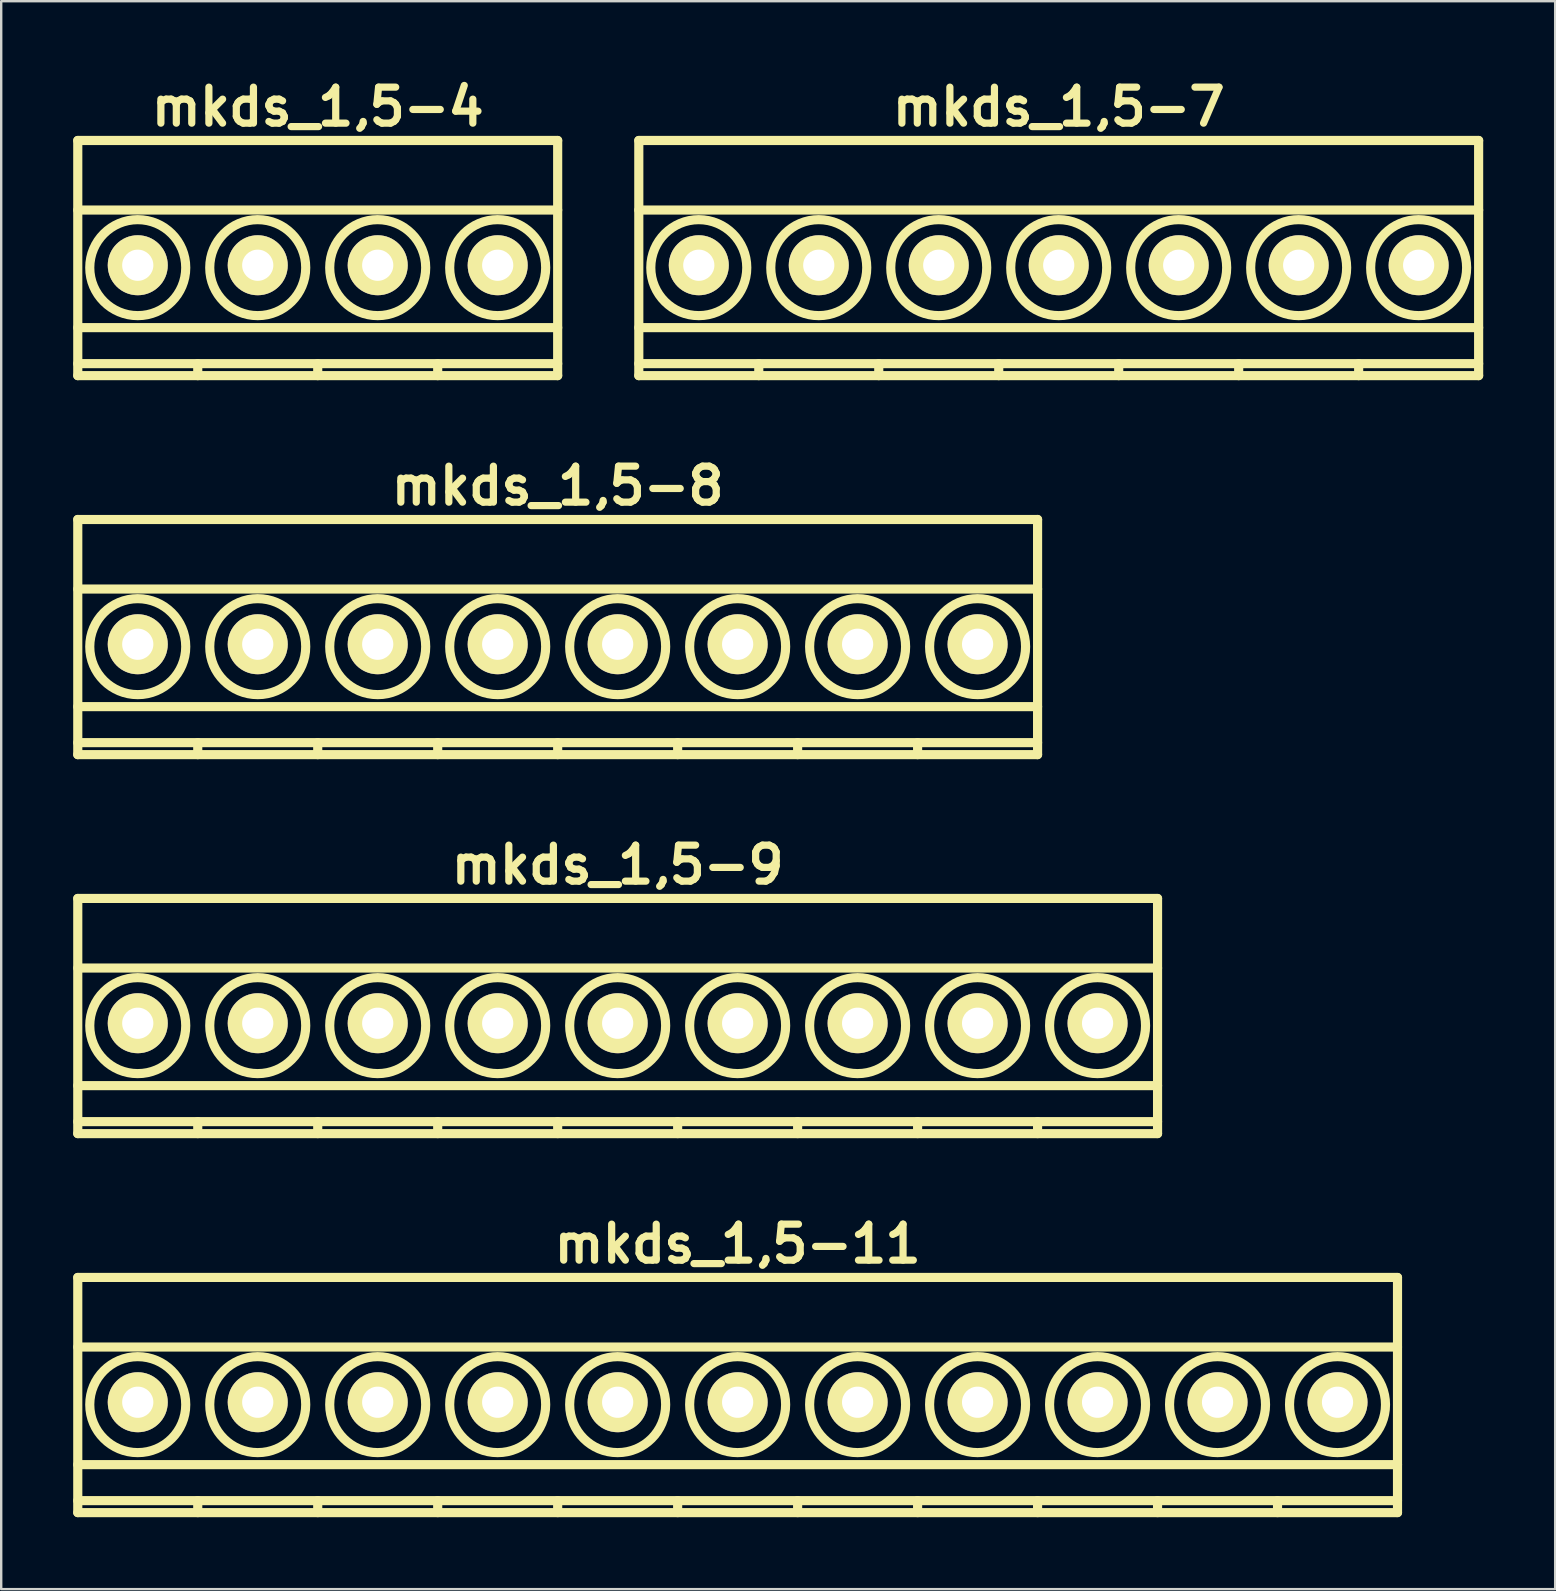
<source format=kicad_pcb>
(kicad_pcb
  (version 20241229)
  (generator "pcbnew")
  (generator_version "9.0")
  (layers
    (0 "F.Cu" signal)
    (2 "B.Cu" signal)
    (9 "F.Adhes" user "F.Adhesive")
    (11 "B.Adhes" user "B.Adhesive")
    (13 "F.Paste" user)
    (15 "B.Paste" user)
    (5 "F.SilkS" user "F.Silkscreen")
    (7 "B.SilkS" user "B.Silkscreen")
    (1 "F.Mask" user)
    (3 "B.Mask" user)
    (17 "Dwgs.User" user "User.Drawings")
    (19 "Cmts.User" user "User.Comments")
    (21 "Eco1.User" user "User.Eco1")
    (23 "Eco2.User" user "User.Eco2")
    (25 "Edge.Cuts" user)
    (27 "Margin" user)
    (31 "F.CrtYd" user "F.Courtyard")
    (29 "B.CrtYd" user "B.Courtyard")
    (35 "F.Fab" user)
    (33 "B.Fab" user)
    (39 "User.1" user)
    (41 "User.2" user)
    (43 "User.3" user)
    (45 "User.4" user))
  (footprint "mkds_1,5-9"
    (layer "F.Cu")
    (at 22.691 39.593)
    (property "Reference" "mkds_1,5-9" (at 0 -6.6 0) (layer "F.SilkS") (effects (font (size 1.5 1.5) (thickness 0.3))))
    (attr through_hole)
    (fp_line (start -22.5 -5.2) (end -22.5 4.6) (stroke (width 0.381) (type solid)) (layer "F.SilkS"))
    (fp_line (start -22.5 -2.3) (end 22.5 -2.3) (stroke (width 0.381) (type solid)) (layer "F.SilkS"))
    (fp_line (start -22.5 2.6) (end 22.5 2.6) (stroke (width 0.381) (type solid)) (layer "F.SilkS"))
    (fp_line (start -22.5 4.1) (end 22.5 4.1) (stroke (width 0.381) (type solid)) (layer "F.SilkS"))
    (fp_line (start -22.5 4.6) (end 22.5 4.6) (stroke (width 0.381) (type solid)) (layer "F.SilkS"))
    (fp_line (start -17.5 4.1) (end -17.5 4.6) (stroke (width 0.381) (type solid)) (layer "F.SilkS"))
    (fp_line (start -12.5 4.1) (end -12.5 4.6) (stroke (width 0.381) (type solid)) (layer "F.SilkS"))
    (fp_line (start -7.5 4.1) (end -7.5 4.6) (stroke (width 0.381) (type solid)) (layer "F.SilkS"))
    (fp_line (start -2.5 4.1) (end -2.5 4.6) (stroke (width 0.381) (type solid)) (layer "F.SilkS"))
    (fp_line (start 2.5 4.1) (end 2.5 4.6) (stroke (width 0.381) (type solid)) (layer "F.SilkS"))
    (fp_line (start 7.5 4.1) (end 7.5 4.6) (stroke (width 0.381) (type solid)) (layer "F.SilkS"))
    (fp_line (start 12.5 4.1) (end 12.5 4.6) (stroke (width 0.381) (type solid)) (layer "F.SilkS"))
    (fp_line (start 17.5 4.1) (end 17.5 4.6) (stroke (width 0.381) (type solid)) (layer "F.SilkS"))
    (fp_line (start 22.5 -5.2) (end -22.5 -5.2) (stroke (width 0.381) (type solid)) (layer "F.SilkS"))
    (fp_line (start 22.5 4.6) (end 22.5 -5.2) (stroke (width 0.381) (type solid)) (layer "F.SilkS"))
    (fp_circle (center -20 0.1) (end -18 0.1) (stroke (width 0.381) (type solid)) (fill no) (layer "F.SilkS"))
    (fp_circle (center -15 0.1) (end -17 0.1) (stroke (width 0.381) (type solid)) (fill no) (layer "F.SilkS"))
    (fp_circle (center -10 0.1) (end -12 0.1) (stroke (width 0.381) (type solid)) (fill no) (layer "F.SilkS"))
    (fp_circle (center -5 0.1) (end -7 0.1) (stroke (width 0.381) (type solid)) (fill no) (layer "F.SilkS"))
    (fp_circle (center 0 0.1) (end -2 0.1) (stroke (width 0.381) (type solid)) (fill no) (layer "F.SilkS"))
    (fp_circle (center 5 0.1) (end 3 0.1) (stroke (width 0.381) (type solid)) (fill no) (layer "F.SilkS"))
    (fp_circle (center 10 0.1) (end 8 0.1) (stroke (width 0.381) (type solid)) (fill no) (layer "F.SilkS"))
    (fp_circle (center 15 0.1) (end 13 0.1) (stroke (width 0.381) (type solid)) (fill no) (layer "F.SilkS"))
    (fp_circle (center 20 0.1) (end 18 0.1) (stroke (width 0.381) (type solid)) (fill no) (layer "F.SilkS"))
    (pad "1" thru_hole circle (at -20 0) (size 2.5 2.5) (drill 1.3) (layers "*.Cu" "*.Mask" "F.SilkS"))
    (pad "2" thru_hole circle (at -15 0) (size 2.5 2.5) (drill 1.3) (layers "*.Cu" "*.Mask" "F.SilkS"))
    (pad "3" thru_hole circle (at -10 0) (size 2.5 2.5) (drill 1.3) (layers "*.Cu" "*.Mask" "F.SilkS"))
    (pad "4" thru_hole circle (at -5 0) (size 2.5 2.5) (drill 1.3) (layers "*.Cu" "*.Mask" "F.SilkS"))
    (pad "5" thru_hole circle (at 0 0) (size 2.5 2.5) (drill 1.3) (layers "*.Cu" "*.Mask" "F.SilkS"))
    (pad "6" thru_hole circle (at 5 0) (size 2.5 2.5) (drill 1.3) (layers "*.Cu" "*.Mask" "F.SilkS"))
    (pad "7" thru_hole circle (at 10 0) (size 2.5 2.5) (drill 1.3) (layers "*.Cu" "*.Mask" "F.SilkS"))
    (pad "8" thru_hole circle (at 15 0) (size 2.5 2.5) (drill 1.3) (layers "*.Cu" "*.Mask" "F.SilkS"))
    (pad "9" thru_hole circle (at 20 0) (size 2.5 2.5) (drill 1.3) (layers "*.Cu" "*.Mask" "F.SilkS")))
  (footprint "mkds_1,5-11"
    (layer "F.Cu")
    (at 27.691 55.388)
    (property "Reference" "mkds_1,5-11" (at 0 -6.6 0) (layer "F.SilkS") (effects (font (size 1.5 1.5) (thickness 0.3))))
    (attr through_hole)
    (fp_line (start -27.5 -5.2) (end -27.5 4.6) (stroke (width 0.381) (type solid)) (layer "F.SilkS"))
    (fp_line (start -27.5 -2.3) (end 27.5 -2.3) (stroke (width 0.381) (type solid)) (layer "F.SilkS"))
    (fp_line (start -27.5 2.6) (end 27.5 2.6) (stroke (width 0.381) (type solid)) (layer "F.SilkS"))
    (fp_line (start -27.5 4.1) (end 27.5 4.1) (stroke (width 0.381) (type solid)) (layer "F.SilkS"))
    (fp_line (start -27.5 4.6) (end 27.5 4.6) (stroke (width 0.381) (type solid)) (layer "F.SilkS"))
    (fp_line (start -22.5 4.1) (end -22.5 4.6) (stroke (width 0.381) (type solid)) (layer "F.SilkS"))
    (fp_line (start -17.5 4.1) (end -17.5 4.6) (stroke (width 0.381) (type solid)) (layer "F.SilkS"))
    (fp_line (start -12.5 4.1) (end -12.5 4.6) (stroke (width 0.381) (type solid)) (layer "F.SilkS"))
    (fp_line (start -7.5 4.1) (end -7.5 4.6) (stroke (width 0.381) (type solid)) (layer "F.SilkS"))
    (fp_line (start -2.5 4.1) (end -2.5 4.6) (stroke (width 0.381) (type solid)) (layer "F.SilkS"))
    (fp_line (start 2.5 4.1) (end 2.5 4.6) (stroke (width 0.381) (type solid)) (layer "F.SilkS"))
    (fp_line (start 7.5 4.1) (end 7.5 4.6) (stroke (width 0.381) (type solid)) (layer "F.SilkS"))
    (fp_line (start 12.5 4.1) (end 12.5 4.6) (stroke (width 0.381) (type solid)) (layer "F.SilkS"))
    (fp_line (start 17.5 4.1) (end 17.5 4.6) (stroke (width 0.381) (type solid)) (layer "F.SilkS"))
    (fp_line (start 22.5 4.1) (end 22.5 4.6) (stroke (width 0.381) (type solid)) (layer "F.SilkS"))
    (fp_line (start 27.5 -5.2) (end -27.5 -5.2) (stroke (width 0.381) (type solid)) (layer "F.SilkS"))
    (fp_line (start 27.5 4.6) (end 27.5 -5.2) (stroke (width 0.381) (type solid)) (layer "F.SilkS"))
    (fp_circle (center -25 0.1) (end -23 0.1) (stroke (width 0.381) (type solid)) (fill no) (layer "F.SilkS"))
    (fp_circle (center -20 0.1) (end -22 0.1) (stroke (width 0.381) (type solid)) (fill no) (layer "F.SilkS"))
    (fp_circle (center -15 0.1) (end -17 0.1) (stroke (width 0.381) (type solid)) (fill no) (layer "F.SilkS"))
    (fp_circle (center -10 0.1) (end -12 0.1) (stroke (width 0.381) (type solid)) (fill no) (layer "F.SilkS"))
    (fp_circle (center -5 0.1) (end -7 0.1) (stroke (width 0.381) (type solid)) (fill no) (layer "F.SilkS"))
    (fp_circle (center 0 0.1) (end -2 0.1) (stroke (width 0.381) (type solid)) (fill no) (layer "F.SilkS"))
    (fp_circle (center 5 0.1) (end 3 0.1) (stroke (width 0.381) (type solid)) (fill no) (layer "F.SilkS"))
    (fp_circle (center 10 0.1) (end 8 0.1) (stroke (width 0.381) (type solid)) (fill no) (layer "F.SilkS"))
    (fp_circle (center 15 0.1) (end 13 0.1) (stroke (width 0.381) (type solid)) (fill no) (layer "F.SilkS"))
    (fp_circle (center 20 0.1) (end 18 0.1) (stroke (width 0.381) (type solid)) (fill no) (layer "F.SilkS"))
    (fp_circle (center 25 0.1) (end 23 0.1) (stroke (width 0.381) (type solid)) (fill no) (layer "F.SilkS"))
    (pad "1" thru_hole circle (at -25 0) (size 2.5 2.5) (drill 1.3) (layers "*.Cu" "*.Mask" "F.SilkS"))
    (pad "2" thru_hole circle (at -20 0) (size 2.5 2.5) (drill 1.3) (layers "*.Cu" "*.Mask" "F.SilkS"))
    (pad "3" thru_hole circle (at -15 0) (size 2.5 2.5) (drill 1.3) (layers "*.Cu" "*.Mask" "F.SilkS"))
    (pad "4" thru_hole circle (at -10 0) (size 2.5 2.5) (drill 1.3) (layers "*.Cu" "*.Mask" "F.SilkS"))
    (pad "5" thru_hole circle (at -5 0) (size 2.5 2.5) (drill 1.3) (layers "*.Cu" "*.Mask" "F.SilkS"))
    (pad "6" thru_hole circle (at 0 0) (size 2.5 2.5) (drill 1.3) (layers "*.Cu" "*.Mask" "F.SilkS"))
    (pad "7" thru_hole circle (at 5 0) (size 2.5 2.5) (drill 1.3) (layers "*.Cu" "*.Mask" "F.SilkS"))
    (pad "8" thru_hole circle (at 10 0) (size 2.5 2.5) (drill 1.3) (layers "*.Cu" "*.Mask" "F.SilkS"))
    (pad "9" thru_hole circle (at 15 0) (size 2.5 2.5) (drill 1.3) (layers "*.Cu" "*.Mask" "F.SilkS"))
    (pad "10" thru_hole circle (at 20 0) (size 2.5 2.5) (drill 1.3) (layers "*.Cu" "*.Mask" "F.SilkS"))
    (pad "11" thru_hole circle (at 25 0) (size 2.5 2.5) (drill 1.3) (layers "*.Cu" "*.Mask" "F.SilkS")))
  (footprint "mkds_1,5-7"
    (layer "F.Cu")
    (at 41.072 8.004)
    (property "Reference" "mkds_1,5-7" (at 0 -6.6 0) (layer "F.SilkS") (effects (font (size 1.5 1.5) (thickness 0.3))))
    (attr through_hole)
    (fp_line (start -17.5 -5.2) (end -17.5 4.6) (stroke (width 0.381) (type solid)) (layer "F.SilkS"))
    (fp_line (start -17.5 -2.3) (end 17.5 -2.3) (stroke (width 0.381) (type solid)) (layer "F.SilkS"))
    (fp_line (start -17.5 2.6) (end 17.5 2.6) (stroke (width 0.381) (type solid)) (layer "F.SilkS"))
    (fp_line (start -17.5 4.1) (end 17.5 4.1) (stroke (width 0.381) (type solid)) (layer "F.SilkS"))
    (fp_line (start -17.5 4.6) (end 17.5 4.6) (stroke (width 0.381) (type solid)) (layer "F.SilkS"))
    (fp_line (start -12.5 4.1) (end -12.5 4.6) (stroke (width 0.381) (type solid)) (layer "F.SilkS"))
    (fp_line (start -7.5 4.1) (end -7.5 4.6) (stroke (width 0.381) (type solid)) (layer "F.SilkS"))
    (fp_line (start -2.5 4.1) (end -2.5 4.6) (stroke (width 0.381) (type solid)) (layer "F.SilkS"))
    (fp_line (start 2.5 4.1) (end 2.5 4.6) (stroke (width 0.381) (type solid)) (layer "F.SilkS"))
    (fp_line (start 7.5 4.1) (end 7.5 4.6) (stroke (width 0.381) (type solid)) (layer "F.SilkS"))
    (fp_line (start 12.5 4.1) (end 12.5 4.6) (stroke (width 0.381) (type solid)) (layer "F.SilkS"))
    (fp_line (start 17.5 -5.2) (end -17.5 -5.2) (stroke (width 0.381) (type solid)) (layer "F.SilkS"))
    (fp_line (start 17.5 4.6) (end 17.5 -5.2) (stroke (width 0.381) (type solid)) (layer "F.SilkS"))
    (fp_circle (center -15 0.1) (end -13 0.1) (stroke (width 0.381) (type solid)) (fill no) (layer "F.SilkS"))
    (fp_circle (center -10 0.1) (end -12 0.1) (stroke (width 0.381) (type solid)) (fill no) (layer "F.SilkS"))
    (fp_circle (center -5 0.1) (end -7 0.1) (stroke (width 0.381) (type solid)) (fill no) (layer "F.SilkS"))
    (fp_circle (center 0 0.1) (end -2 0.1) (stroke (width 0.381) (type solid)) (fill no) (layer "F.SilkS"))
    (fp_circle (center 5 0.1) (end 3 0.1) (stroke (width 0.381) (type solid)) (fill no) (layer "F.SilkS"))
    (fp_circle (center 10 0.1) (end 8 0.1) (stroke (width 0.381) (type solid)) (fill no) (layer "F.SilkS"))
    (fp_circle (center 15 0.1) (end 13 0.1) (stroke (width 0.381) (type solid)) (fill no) (layer "F.SilkS"))
    (pad "1" thru_hole circle (at -15 0) (size 2.5 2.5) (drill 1.3) (layers "*.Cu" "*.Mask" "F.SilkS"))
    (pad "2" thru_hole circle (at -10 0) (size 2.5 2.5) (drill 1.3) (layers "*.Cu" "*.Mask" "F.SilkS"))
    (pad "3" thru_hole circle (at -5 0) (size 2.5 2.5) (drill 1.3) (layers "*.Cu" "*.Mask" "F.SilkS"))
    (pad "4" thru_hole circle (at 0 0) (size 2.5 2.5) (drill 1.3) (layers "*.Cu" "*.Mask" "F.SilkS"))
    (pad "5" thru_hole circle (at 5 0) (size 2.5 2.5) (drill 1.3) (layers "*.Cu" "*.Mask" "F.SilkS"))
    (pad "6" thru_hole circle (at 10 0) (size 2.5 2.5) (drill 1.3) (layers "*.Cu" "*.Mask" "F.SilkS"))
    (pad "7" thru_hole circle (at 15 0) (size 2.5 2.5) (drill 1.3) (layers "*.Cu" "*.Mask" "F.SilkS")))
  (footprint "mkds_1,5-8"
    (layer "F.Cu")
    (at 20.191 23.799)
    (property "Reference" "mkds_1,5-8" (at 0 -6.6 0) (layer "F.SilkS") (effects (font (size 1.5 1.5) (thickness 0.3))))
    (attr through_hole)
    (fp_line (start -20 -5.2) (end -20 4.6) (stroke (width 0.381) (type solid)) (layer "F.SilkS"))
    (fp_line (start -20 -2.3) (end 20 -2.3) (stroke (width 0.381) (type solid)) (layer "F.SilkS"))
    (fp_line (start -20 2.6) (end 20 2.6) (stroke (width 0.381) (type solid)) (layer "F.SilkS"))
    (fp_line (start -20 4.1) (end 20 4.1) (stroke (width 0.381) (type solid)) (layer "F.SilkS"))
    (fp_line (start -20 4.6) (end 20 4.6) (stroke (width 0.381) (type solid)) (layer "F.SilkS"))
    (fp_line (start -15 4.1) (end -15 4.6) (stroke (width 0.381) (type solid)) (layer "F.SilkS"))
    (fp_line (start -10 4.1) (end -10 4.6) (stroke (width 0.381) (type solid)) (layer "F.SilkS"))
    (fp_line (start -5 4.1) (end -5 4.6) (stroke (width 0.381) (type solid)) (layer "F.SilkS"))
    (fp_line (start 0 4.1) (end 0 4.6) (stroke (width 0.381) (type solid)) (layer "F.SilkS"))
    (fp_line (start 5 4.1) (end 5 4.6) (stroke (width 0.381) (type solid)) (layer "F.SilkS"))
    (fp_line (start 10 4.1) (end 10 4.6) (stroke (width 0.381) (type solid)) (layer "F.SilkS"))
    (fp_line (start 15 4.1) (end 15 4.6) (stroke (width 0.381) (type solid)) (layer "F.SilkS"))
    (fp_line (start 20 -5.2) (end -20 -5.2) (stroke (width 0.381) (type solid)) (layer "F.SilkS"))
    (fp_line (start 20 4.6) (end 20 -5.2) (stroke (width 0.381) (type solid)) (layer "F.SilkS"))
    (fp_circle (center -17.5 0.1) (end -15.5 0.1) (stroke (width 0.381) (type solid)) (fill no) (layer "F.SilkS"))
    (fp_circle (center -12.5 0.1) (end -14.5 0.1) (stroke (width 0.381) (type solid)) (fill no) (layer "F.SilkS"))
    (fp_circle (center -7.5 0.1) (end -9.5 0.1) (stroke (width 0.381) (type solid)) (fill no) (layer "F.SilkS"))
    (fp_circle (center -2.5 0.1) (end -4.5 0.1) (stroke (width 0.381) (type solid)) (fill no) (layer "F.SilkS"))
    (fp_circle (center 2.5 0.1) (end 0.5 0.1) (stroke (width 0.381) (type solid)) (fill no) (layer "F.SilkS"))
    (fp_circle (center 7.5 0.1) (end 5.5 0.1) (stroke (width 0.381) (type solid)) (fill no) (layer "F.SilkS"))
    (fp_circle (center 12.5 0.1) (end 10.5 0.1) (stroke (width 0.381) (type solid)) (fill no) (layer "F.SilkS"))
    (fp_circle (center 17.5 0.1) (end 15.5 0.1) (stroke (width 0.381) (type solid)) (fill no) (layer "F.SilkS"))
    (pad "1" thru_hole circle (at -17.5 0) (size 2.5 2.5) (drill 1.3) (layers "*.Cu" "*.Mask" "F.SilkS"))
    (pad "2" thru_hole circle (at -12.5 0) (size 2.5 2.5) (drill 1.3) (layers "*.Cu" "*.Mask" "F.SilkS"))
    (pad "3" thru_hole circle (at -7.5 0) (size 2.5 2.5) (drill 1.3) (layers "*.Cu" "*.Mask" "F.SilkS"))
    (pad "4" thru_hole circle (at -2.5 0) (size 2.5 2.5) (drill 1.3) (layers "*.Cu" "*.Mask" "F.SilkS"))
    (pad "5" thru_hole circle (at 2.5 0) (size 2.5 2.5) (drill 1.3) (layers "*.Cu" "*.Mask" "F.SilkS"))
    (pad "6" thru_hole circle (at 7.5 0) (size 2.5 2.5) (drill 1.3) (layers "*.Cu" "*.Mask" "F.SilkS"))
    (pad "7" thru_hole circle (at 12.5 0) (size 2.5 2.5) (drill 1.3) (layers "*.Cu" "*.Mask" "F.SilkS"))
    (pad "8" thru_hole circle (at 17.5 0) (size 2.5 2.5) (drill 1.3) (layers "*.Cu" "*.Mask" "F.SilkS")))
  (footprint "mkds_1,5-4"
    (layer "F.Cu")
    (at 10.191 8.004)
    (property "Reference" "mkds_1,5-4" (at 0 -6.6 0) (layer "F.SilkS") (effects (font (size 1.5 1.5) (thickness 0.3))))
    (attr through_hole)
    (fp_line (start -10 -5.2) (end -10 4.6) (stroke (width 0.381) (type solid)) (layer "F.SilkS"))
    (fp_line (start -10 -2.3) (end 10 -2.3) (stroke (width 0.381) (type solid)) (layer "F.SilkS"))
    (fp_line (start -10 2.6) (end 10 2.6) (stroke (width 0.381) (type solid)) (layer "F.SilkS"))
    (fp_line (start -10 4.1) (end 10 4.1) (stroke (width 0.381) (type solid)) (layer "F.SilkS"))
    (fp_line (start -10 4.6) (end 10 4.6) (stroke (width 0.381) (type solid)) (layer "F.SilkS"))
    (fp_line (start -5 4.1) (end -5 4.6) (stroke (width 0.381) (type solid)) (layer "F.SilkS"))
    (fp_line (start 0 4.1) (end 0 4.6) (stroke (width 0.381) (type solid)) (layer "F.SilkS"))
    (fp_line (start 5 4.1) (end 5 4.6) (stroke (width 0.381) (type solid)) (layer "F.SilkS"))
    (fp_line (start 10 -5.2) (end -10 -5.2) (stroke (width 0.381) (type solid)) (layer "F.SilkS"))
    (fp_line (start 10 4.6) (end 10 -5.2) (stroke (width 0.381) (type solid)) (layer "F.SilkS"))
    (fp_circle (center -7.5 0.1) (end -5.5 0.1) (stroke (width 0.381) (type solid)) (fill no) (layer "F.SilkS"))
    (fp_circle (center -2.5 0.1) (end -4.5 0.1) (stroke (width 0.381) (type solid)) (fill no) (layer "F.SilkS"))
    (fp_circle (center 2.5 0.1) (end 0.5 0.1) (stroke (width 0.381) (type solid)) (fill no) (layer "F.SilkS"))
    (fp_circle (center 7.5 0.1) (end 5.5 0.1) (stroke (width 0.381) (type solid)) (fill no) (layer "F.SilkS"))
    (pad "1" thru_hole circle (at -7.5 0) (size 2.5 2.5) (drill 1.3) (layers "*.Cu" "*.Mask" "F.SilkS"))
    (pad "2" thru_hole circle (at -2.5 0) (size 2.5 2.5) (drill 1.3) (layers "*.Cu" "*.Mask" "F.SilkS"))
    (pad "3" thru_hole circle (at 2.5 0) (size 2.5 2.5) (drill 1.3) (layers "*.Cu" "*.Mask" "F.SilkS"))
    (pad "4" thru_hole circle (at 7.5 0) (size 2.5 2.5) (drill 1.3) (layers "*.Cu" "*.Mask" "F.SilkS")))
  (gr_rect
    (start -3 -3)
    (end 61.762 63.178)
    (stroke (width 0.1) (type default))
    (fill no)
    (layer "Edge.Cuts")))
</source>
